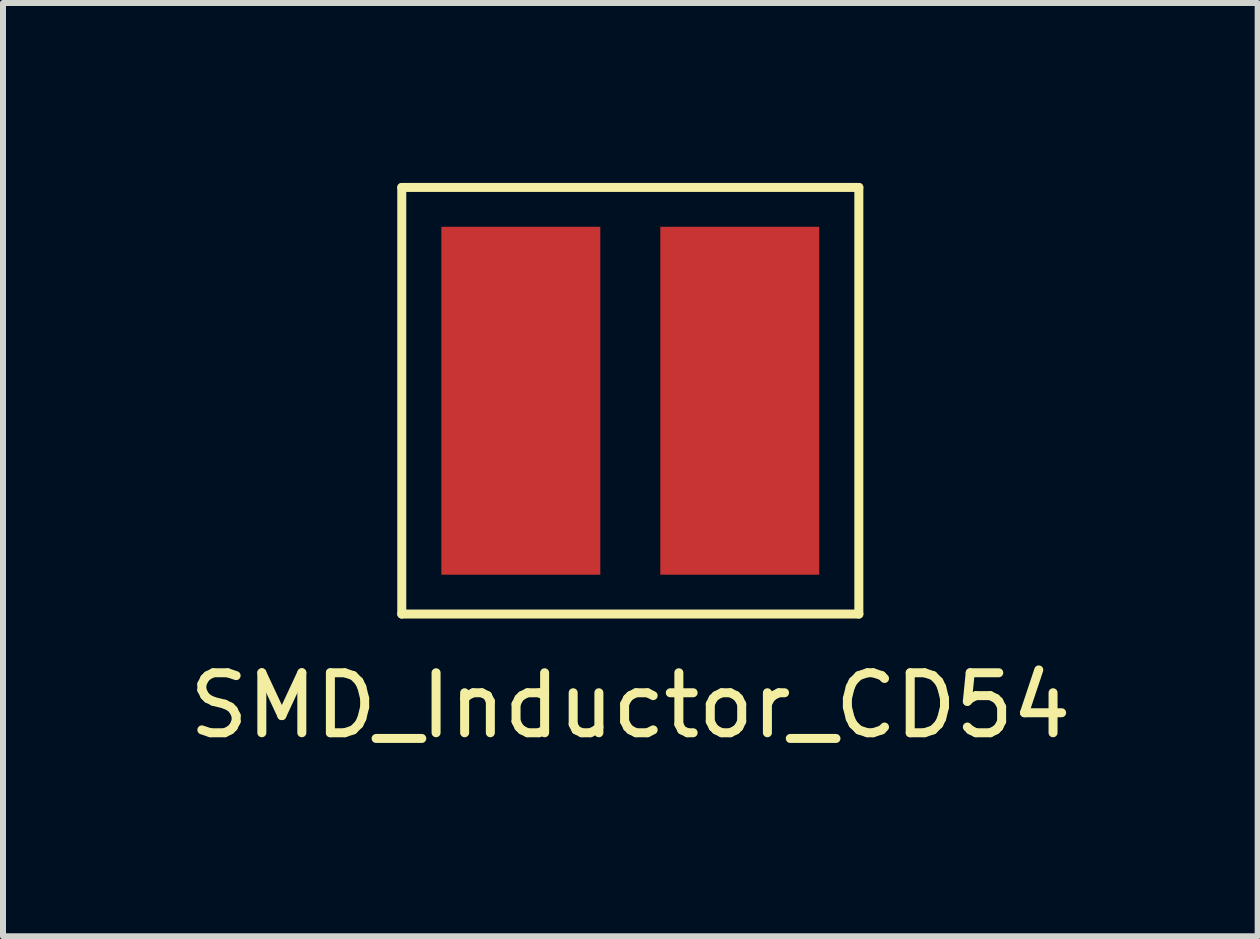
<source format=kicad_pcb>
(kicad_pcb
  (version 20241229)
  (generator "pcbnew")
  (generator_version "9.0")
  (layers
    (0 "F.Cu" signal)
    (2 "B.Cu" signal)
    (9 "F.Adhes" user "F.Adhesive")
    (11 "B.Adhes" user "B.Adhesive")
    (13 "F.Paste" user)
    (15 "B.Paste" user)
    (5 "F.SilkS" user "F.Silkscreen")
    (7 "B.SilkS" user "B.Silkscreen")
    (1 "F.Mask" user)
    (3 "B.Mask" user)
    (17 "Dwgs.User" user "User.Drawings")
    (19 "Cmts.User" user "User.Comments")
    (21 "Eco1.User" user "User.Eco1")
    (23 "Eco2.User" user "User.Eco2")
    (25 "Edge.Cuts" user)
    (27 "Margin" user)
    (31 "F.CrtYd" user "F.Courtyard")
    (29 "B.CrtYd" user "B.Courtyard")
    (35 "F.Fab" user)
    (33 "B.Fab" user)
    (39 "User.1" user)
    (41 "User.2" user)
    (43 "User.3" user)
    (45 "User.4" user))
  (footprint "SMD_Inductor_CD54"
    (layer "F.Cu")
    (at 7.458 3.631)
    (property "Reference" "SMD_Inductor_CD54" (at 0 5.08 0) (layer "F.SilkS") (effects (font (size 1 1) (thickness 0.15))))
    (attr through_hole)
    (fp_line (start -3.81 -3.556) (end -3.81 3.556) (stroke (width 0.15) (type solid)) (layer "F.SilkS"))
    (fp_line (start -3.81 3.556) (end 3.81 3.556) (stroke (width 0.15) (type solid)) (layer "F.SilkS"))
    (fp_line (start 3.81 -3.556) (end -3.81 -3.556) (stroke (width 0.15) (type solid)) (layer "F.SilkS"))
    (fp_line (start 3.81 3.556) (end 3.81 -3.556) (stroke (width 0.15) (type solid)) (layer "F.SilkS"))
    (pad "1" smd rect (at -1.825 0) (size 2.65 5.8) (layers "F.Cu" "F.Mask" "F.Paste"))
    (pad "2" smd rect (at 1.825 0) (size 2.65 5.8) (layers "F.Cu" "F.Mask" "F.Paste")))
  (gr_rect
    (start -3 -3)
    (end 17.917 12.559)
    (stroke (width 0.1) (type default))
    (fill no)
    (layer "Edge.Cuts")))
</source>
